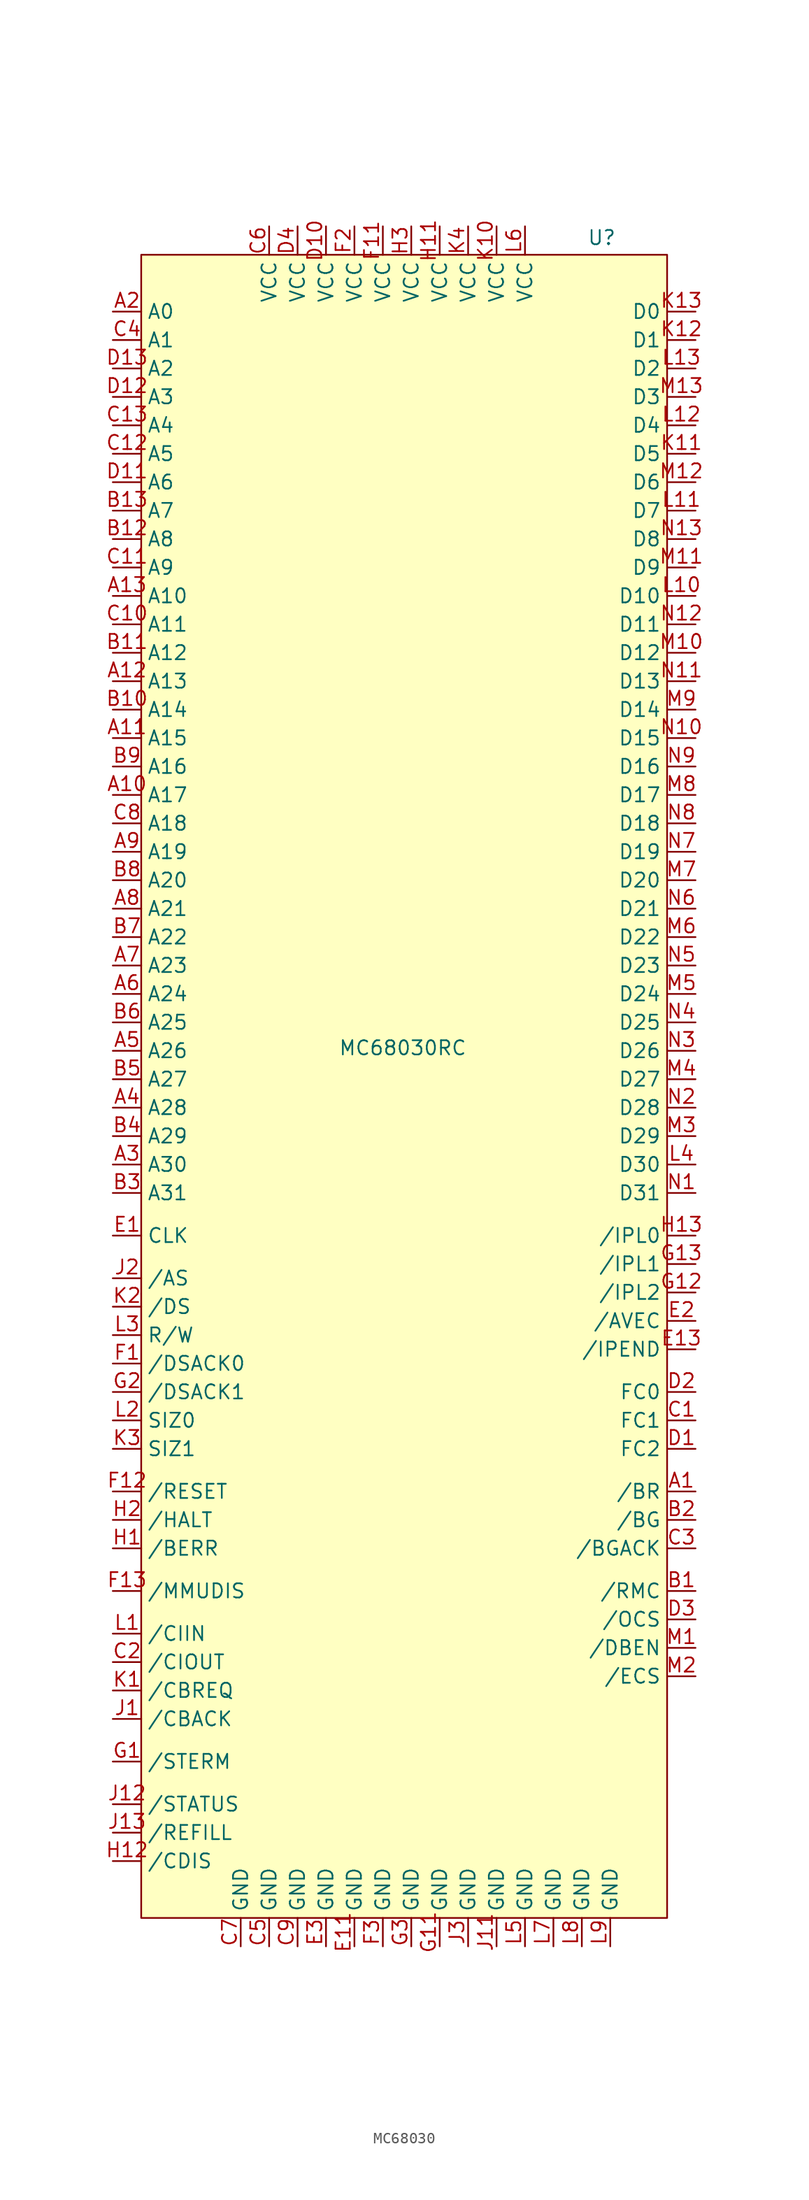
<source format=kicad_sym>
(kicad_symbol_lib
  (version 20241209)
  (generator "kicad_symbol_editor")
  (generator_version "9.0")
  (symbol "MC68030"
    (property "Reference" "U"
      (at 18.288 71.374 0)
      (effects (font (size 1.27 1.27))))
    (property "Value" "MC68030RC"
      (at 0.508 -1.016 0)
      (effects (font (size 1.27 1.27))))
    (symbol "MC68030_1_1"
      (rectangle (start -22.86 69.85) (end 24.13 -78.74) (stroke (width 0) (type default)) (fill (type background)))
      (pin output line (at -25.4 64.77 0) (length 2.54) (name "A0" (effects (font (size 1.27 1.27)))) (number "A2" (effects (font (size 1.27 1.27)))))
      (pin output line (at -25.4 62.23 0) (length 2.54) (name "A1" (effects (font (size 1.27 1.27)))) (number "C4" (effects (font (size 1.27 1.27)))))
      (pin output line (at -25.4 59.69 0) (length 2.54) (name "A2" (effects (font (size 1.27 1.27)))) (number "D13" (effects (font (size 1.27 1.27)))))
      (pin output line (at -25.4 57.15 0) (length 2.54) (name "A3" (effects (font (size 1.27 1.27)))) (number "D12" (effects (font (size 1.27 1.27)))))
      (pin output line (at -25.4 54.61 0) (length 2.54) (name "A4" (effects (font (size 1.27 1.27)))) (number "C13" (effects (font (size 1.27 1.27)))))
      (pin output line (at -25.4 52.07 0) (length 2.54) (name "A5" (effects (font (size 1.27 1.27)))) (number "C12" (effects (font (size 1.27 1.27)))))
      (pin output line (at -25.4 49.53 0) (length 2.54) (name "A6" (effects (font (size 1.27 1.27)))) (number "D11" (effects (font (size 1.27 1.27)))))
      (pin output line (at -25.4 46.99 0) (length 2.54) (name "A7" (effects (font (size 1.27 1.27)))) (number "B13" (effects (font (size 1.27 1.27)))))
      (pin output line (at -25.4 44.45 0) (length 2.54) (name "A8" (effects (font (size 1.27 1.27)))) (number "B12" (effects (font (size 1.27 1.27)))))
      (pin output line (at -25.4 41.91 0) (length 2.54) (name "A9" (effects (font (size 1.27 1.27)))) (number "C11" (effects (font (size 1.27 1.27)))))
      (pin output line (at -25.4 39.37 0) (length 2.54) (name "A10" (effects (font (size 1.27 1.27)))) (number "A13" (effects (font (size 1.27 1.27)))))
      (pin output line (at -25.4 36.83 0) (length 2.54) (name "A11" (effects (font (size 1.27 1.27)))) (number "C10" (effects (font (size 1.27 1.27)))))
      (pin output line (at -25.4 34.29 0) (length 2.54) (name "A12" (effects (font (size 1.27 1.27)))) (number "B11" (effects (font (size 1.27 1.27)))))
      (pin output line (at -25.4 31.75 0) (length 2.54) (name "A13" (effects (font (size 1.27 1.27)))) (number "A12" (effects (font (size 1.27 1.27)))))
      (pin output line (at -25.4 29.21 0) (length 2.54) (name "A14" (effects (font (size 1.27 1.27)))) (number "B10" (effects (font (size 1.27 1.27)))))
      (pin output line (at -25.4 26.67 0) (length 2.54) (name "A15" (effects (font (size 1.27 1.27)))) (number "A11" (effects (font (size 1.27 1.27)))))
      (pin output line (at -25.4 24.13 0) (length 2.54) (name "A16" (effects (font (size 1.27 1.27)))) (number "B9" (effects (font (size 1.27 1.27)))))
      (pin output line (at -25.4 21.59 0) (length 2.54) (name "A17" (effects (font (size 1.27 1.27)))) (number "A10" (effects (font (size 1.27 1.27)))))
      (pin output line (at -25.4 19.05 0) (length 2.54) (name "A18" (effects (font (size 1.27 1.27)))) (number "C8" (effects (font (size 1.27 1.27)))))
      (pin output line (at -25.4 16.51 0) (length 2.54) (name "A19" (effects (font (size 1.27 1.27)))) (number "A9" (effects (font (size 1.27 1.27)))))
      (pin output line (at -25.4 13.97 0) (length 2.54) (name "A20" (effects (font (size 1.27 1.27)))) (number "B8" (effects (font (size 1.27 1.27)))))
      (pin output line (at -25.4 11.43 0) (length 2.54) (name "A21" (effects (font (size 1.27 1.27)))) (number "A8" (effects (font (size 1.27 1.27)))))
      (pin output line (at -25.4 8.89 0) (length 2.54) (name "A22" (effects (font (size 1.27 1.27)))) (number "B7" (effects (font (size 1.27 1.27)))))
      (pin output line (at -25.4 6.35 0) (length 2.54) (name "A23" (effects (font (size 1.27 1.27)))) (number "A7" (effects (font (size 1.27 1.27)))))
      (pin output line (at -25.4 3.81 0) (length 2.54) (name "A24" (effects (font (size 1.27 1.27)))) (number "A6" (effects (font (size 1.27 1.27)))))
      (pin output line (at -25.4 1.27 0) (length 2.54) (name "A25" (effects (font (size 1.27 1.27)))) (number "B6" (effects (font (size 1.27 1.27)))))
      (pin output line (at -25.4 -1.27 0) (length 2.54) (name "A26" (effects (font (size 1.27 1.27)))) (number "A5" (effects (font (size 1.27 1.27)))))
      (pin output line (at -25.4 -3.81 0) (length 2.54) (name "A27" (effects (font (size 1.27 1.27)))) (number "B5" (effects (font (size 1.27 1.27)))))
      (pin output line (at -25.4 -6.35 0) (length 2.54) (name "A28" (effects (font (size 1.27 1.27)))) (number "A4" (effects (font (size 1.27 1.27)))))
      (pin output line (at -25.4 -8.89 0) (length 2.54) (name "A29" (effects (font (size 1.27 1.27)))) (number "B4" (effects (font (size 1.27 1.27)))))
      (pin output line (at -25.4 -11.43 0) (length 2.54) (name "A30" (effects (font (size 1.27 1.27)))) (number "A3" (effects (font (size 1.27 1.27)))))
      (pin output line (at -25.4 -13.97 0) (length 2.54) (name "A31" (effects (font (size 1.27 1.27)))) (number "B3" (effects (font (size 1.27 1.27)))))
      (pin input line (at -25.4 -17.78 0) (length 2.54) (name "CLK" (effects (font (size 1.27 1.27)))) (number "E1" (effects (font (size 1.27 1.27)))))
      (pin output line (at -25.4 -21.59 0) (length 2.54) (name "/AS" (effects (font (size 1.27 1.27)))) (number "J2" (effects (font (size 1.27 1.27)))))
      (pin output line (at -25.4 -24.13 0) (length 2.54) (name "/DS" (effects (font (size 1.27 1.27)))) (number "K2" (effects (font (size 1.27 1.27)))))
      (pin output line (at -25.4 -26.67 0) (length 2.54) (name "R/W" (effects (font (size 1.27 1.27)))) (number "L3" (effects (font (size 1.27 1.27)))))
      (pin input line (at -25.4 -29.21 0) (length 2.54) (name "/DSACK0" (effects (font (size 1.27 1.27)))) (number "F1" (effects (font (size 1.27 1.27)))))
      (pin input line (at -25.4 -31.75 0) (length 2.54) (name "/DSACK1" (effects (font (size 1.27 1.27)))) (number "G2" (effects (font (size 1.27 1.27)))))
      (pin output line (at -25.4 -34.29 0) (length 2.54) (name "SIZ0" (effects (font (size 1.27 1.27)))) (number "L2" (effects (font (size 1.27 1.27)))))
      (pin output line (at -25.4 -36.83 0) (length 2.54) (name "SIZ1" (effects (font (size 1.27 1.27)))) (number "K3" (effects (font (size 1.27 1.27)))))
      (pin bidirectional line (at -25.4 -40.64 0) (length 2.54) (name "/RESET" (effects (font (size 1.27 1.27)))) (number "F12" (effects (font (size 1.27 1.27)))))
      (pin input line (at -25.4 -43.18 0) (length 2.54) (name "/HALT" (effects (font (size 1.27 1.27)))) (number "H2" (effects (font (size 1.27 1.27)))))
      (pin input line (at -25.4 -45.72 0) (length 2.54) (name "/BERR" (effects (font (size 1.27 1.27)))) (number "H1" (effects (font (size 1.27 1.27)))))
      (pin input line (at -25.4 -49.53 0) (length 2.54) (name "/MMUDIS" (effects (font (size 1.27 1.27)))) (number "F13" (effects (font (size 1.27 1.27)))))
      (pin input line (at -25.4 -53.34 0) (length 2.54) (name "/CIIN" (effects (font (size 1.27 1.27)))) (number "L1" (effects (font (size 1.27 1.27)))))
      (pin output line (at -25.4 -55.88 0) (length 2.54) (name "/CIOUT" (effects (font (size 1.27 1.27)))) (number "C2" (effects (font (size 1.27 1.27)))))
      (pin output line (at -25.4 -58.42 0) (length 2.54) (name "/CBREQ" (effects (font (size 1.27 1.27)))) (number "K1" (effects (font (size 1.27 1.27)))))
      (pin input line (at -25.4 -60.96 0) (length 2.54) (name "/CBACK" (effects (font (size 1.27 1.27)))) (number "J1" (effects (font (size 1.27 1.27)))))
      (pin input line (at -25.4 -64.77 0) (length 2.54) (name "/STERM" (effects (font (size 1.27 1.27)))) (number "G1" (effects (font (size 1.27 1.27)))))
      (pin input line (at -25.4 -68.58 0) (length 2.54) (name "/STATUS" (effects (font (size 1.27 1.27)))) (number "J12" (effects (font (size 1.27 1.27)))))
      (pin input line (at -25.4 -71.12 0) (length 2.54) (name "/REFILL" (effects (font (size 1.27 1.27)))) (number "J13" (effects (font (size 1.27 1.27)))))
      (pin input line (at -25.4 -73.66 0) (length 2.54) (name "/CDIS" (effects (font (size 1.27 1.27)))) (number "H12" (effects (font (size 1.27 1.27)))))
      (pin power_in line (at -13.97 -81.28 90) (length 2.54) (name "GND" (effects (font (size 1.27 1.27)))) (number "C7" (effects (font (size 1.27 1.27)))))
      (pin power_in line (at -11.43 72.39 270) (length 2.54) (name "VCC" (effects (font (size 1.27 1.27)))) (number "C6" (effects (font (size 1.27 1.27)))))
      (pin power_in line (at -11.43 -81.28 90) (length 2.54) (name "GND" (effects (font (size 1.27 1.27)))) (number "C5" (effects (font (size 1.27 1.27)))))
      (pin power_in line (at -8.89 72.39 270) (length 2.54) (name "VCC" (effects (font (size 1.27 1.27)))) (number "D4" (effects (font (size 1.27 1.27)))))
      (pin power_in line (at -8.89 -81.28 90) (length 2.54) (name "GND" (effects (font (size 1.27 1.27)))) (number "C9" (effects (font (size 1.27 1.27)))))
      (pin power_in line (at -6.35 72.39 270) (length 2.54) (name "VCC" (effects (font (size 1.27 1.27)))) (number "D10" (effects (font (size 1.27 1.27)))))
      (pin power_in line (at -6.35 -81.28 90) (length 2.54) (name "GND" (effects (font (size 1.27 1.27)))) (number "E3" (effects (font (size 1.27 1.27)))))
      (pin power_in line (at -3.81 72.39 270) (length 2.54) (name "VCC" (effects (font (size 1.27 1.27)))) (number "F2" (effects (font (size 1.27 1.27)))))
      (pin power_in line (at -3.81 -81.28 90) (length 2.54) (name "GND" (effects (font (size 1.27 1.27)))) (number "E11" (effects (font (size 1.27 1.27)))))
      (pin power_in line (at -1.27 72.39 270) (length 2.54) (name "VCC" (effects (font (size 1.27 1.27)))) (number "F11" (effects (font (size 1.27 1.27)))))
      (pin power_in line (at -1.27 -81.28 90) (length 2.54) (name "GND" (effects (font (size 1.27 1.27)))) (number "F3" (effects (font (size 1.27 1.27)))))
      (pin power_in line (at 1.27 72.39 270) (length 2.54) (name "VCC" (effects (font (size 1.27 1.27)))) (number "H3" (effects (font (size 1.27 1.27)))))
      (pin power_in line (at 1.27 -81.28 90) (length 2.54) (name "GND" (effects (font (size 1.27 1.27)))) (number "G3" (effects (font (size 1.27 1.27)))))
      (pin power_in line (at 3.81 72.39 270) (length 2.54) (name "VCC" (effects (font (size 1.27 1.27)))) (number "H11" (effects (font (size 1.27 1.27)))))
      (pin power_in line (at 3.81 -81.28 90) (length 2.54) (name "GND" (effects (font (size 1.27 1.27)))) (number "G11" (effects (font (size 1.27 1.27)))))
      (pin power_in line (at 6.35 72.39 270) (length 2.54) (name "VCC" (effects (font (size 1.27 1.27)))) (number "K4" (effects (font (size 1.27 1.27)))))
      (pin power_in line (at 6.35 -81.28 90) (length 2.54) (name "GND" (effects (font (size 1.27 1.27)))) (number "J3" (effects (font (size 1.27 1.27)))))
      (pin power_in line (at 8.89 72.39 270) (length 2.54) (name "VCC" (effects (font (size 1.27 1.27)))) (number "K10" (effects (font (size 1.27 1.27)))))
      (pin power_in line (at 8.89 -81.28 90) (length 2.54) (name "GND" (effects (font (size 1.27 1.27)))) (number "J11" (effects (font (size 1.27 1.27)))))
      (pin power_in line (at 11.43 72.39 270) (length 2.54) (name "VCC" (effects (font (size 1.27 1.27)))) (number "L6" (effects (font (size 1.27 1.27)))))
      (pin power_in line (at 11.43 -81.28 90) (length 2.54) (name "GND" (effects (font (size 1.27 1.27)))) (number "L5" (effects (font (size 1.27 1.27)))))
      (pin power_in line (at 13.97 -81.28 90) (length 2.54) (name "GND" (effects (font (size 1.27 1.27)))) (number "L7" (effects (font (size 1.27 1.27)))))
      (pin power_in line (at 16.51 -81.28 90) (length 2.54) (name "GND" (effects (font (size 1.27 1.27)))) (number "L8" (effects (font (size 1.27 1.27)))))
      (pin power_in line (at 19.05 -81.28 90) (length 2.54) (name "GND" (effects (font (size 1.27 1.27)))) (number "L9" (effects (font (size 1.27 1.27)))))
      (pin bidirectional line (at 26.67 64.77 180) (length 2.54) (name "D0" (effects (font (size 1.27 1.27)))) (number "K13" (effects (font (size 1.27 1.27)))))
      (pin bidirectional line (at 26.67 62.23 180) (length 2.54) (name "D1" (effects (font (size 1.27 1.27)))) (number "K12" (effects (font (size 1.27 1.27)))))
      (pin bidirectional line (at 26.67 59.69 180) (length 2.54) (name "D2" (effects (font (size 1.27 1.27)))) (number "L13" (effects (font (size 1.27 1.27)))))
      (pin bidirectional line (at 26.67 57.15 180) (length 2.54) (name "D3" (effects (font (size 1.27 1.27)))) (number "M13" (effects (font (size 1.27 1.27)))))
      (pin bidirectional line (at 26.67 54.61 180) (length 2.54) (name "D4" (effects (font (size 1.27 1.27)))) (number "L12" (effects (font (size 1.27 1.27)))))
      (pin bidirectional line (at 26.67 52.07 180) (length 2.54) (name "D5" (effects (font (size 1.27 1.27)))) (number "K11" (effects (font (size 1.27 1.27)))))
      (pin bidirectional line (at 26.67 49.53 180) (length 2.54) (name "D6" (effects (font (size 1.27 1.27)))) (number "M12" (effects (font (size 1.27 1.27)))))
      (pin bidirectional line (at 26.67 46.99 180) (length 2.54) (name "D7" (effects (font (size 1.27 1.27)))) (number "L11" (effects (font (size 1.27 1.27)))))
      (pin bidirectional line (at 26.67 44.45 180) (length 2.54) (name "D8" (effects (font (size 1.27 1.27)))) (number "N13" (effects (font (size 1.27 1.27)))))
      (pin bidirectional line (at 26.67 41.91 180) (length 2.54) (name "D9" (effects (font (size 1.27 1.27)))) (number "M11" (effects (font (size 1.27 1.27)))))
      (pin bidirectional line (at 26.67 39.37 180) (length 2.54) (name "D10" (effects (font (size 1.27 1.27)))) (number "L10" (effects (font (size 1.27 1.27)))))
      (pin bidirectional line (at 26.67 36.83 180) (length 2.54) (name "D11" (effects (font (size 1.27 1.27)))) (number "N12" (effects (font (size 1.27 1.27)))))
      (pin bidirectional line (at 26.67 34.29 180) (length 2.54) (name "D12" (effects (font (size 1.27 1.27)))) (number "M10" (effects (font (size 1.27 1.27)))))
      (pin bidirectional line (at 26.67 31.75 180) (length 2.54) (name "D13" (effects (font (size 1.27 1.27)))) (number "N11" (effects (font (size 1.27 1.27)))))
      (pin bidirectional line (at 26.67 29.21 180) (length 2.54) (name "D14" (effects (font (size 1.27 1.27)))) (number "M9" (effects (font (size 1.27 1.27)))))
      (pin bidirectional line (at 26.67 26.67 180) (length 2.54) (name "D15" (effects (font (size 1.27 1.27)))) (number "N10" (effects (font (size 1.27 1.27)))))
      (pin bidirectional line (at 26.67 24.13 180) (length 2.54) (name "D16" (effects (font (size 1.27 1.27)))) (number "N9" (effects (font (size 1.27 1.27)))))
      (pin bidirectional line (at 26.67 21.59 180) (length 2.54) (name "D17" (effects (font (size 1.27 1.27)))) (number "M8" (effects (font (size 1.27 1.27)))))
      (pin bidirectional line (at 26.67 19.05 180) (length 2.54) (name "D18" (effects (font (size 1.27 1.27)))) (number "N8" (effects (font (size 1.27 1.27)))))
      (pin bidirectional line (at 26.67 16.51 180) (length 2.54) (name "D19" (effects (font (size 1.27 1.27)))) (number "N7" (effects (font (size 1.27 1.27)))))
      (pin bidirectional line (at 26.67 13.97 180) (length 2.54) (name "D20" (effects (font (size 1.27 1.27)))) (number "M7" (effects (font (size 1.27 1.27)))))
      (pin bidirectional line (at 26.67 11.43 180) (length 2.54) (name "D21" (effects (font (size 1.27 1.27)))) (number "N6" (effects (font (size 1.27 1.27)))))
      (pin bidirectional line (at 26.67 8.89 180) (length 2.54) (name "D22" (effects (font (size 1.27 1.27)))) (number "M6" (effects (font (size 1.27 1.27)))))
      (pin bidirectional line (at 26.67 6.35 180) (length 2.54) (name "D23" (effects (font (size 1.27 1.27)))) (number "N5" (effects (font (size 1.27 1.27)))))
      (pin bidirectional line (at 26.67 3.81 180) (length 2.54) (name "D24" (effects (font (size 1.27 1.27)))) (number "M5" (effects (font (size 1.27 1.27)))))
      (pin bidirectional line (at 26.67 1.27 180) (length 2.54) (name "D25" (effects (font (size 1.27 1.27)))) (number "N4" (effects (font (size 1.27 1.27)))))
      (pin bidirectional line (at 26.67 -1.27 180) (length 2.54) (name "D26" (effects (font (size 1.27 1.27)))) (number "N3" (effects (font (size 1.27 1.27)))))
      (pin bidirectional line (at 26.67 -3.81 180) (length 2.54) (name "D27" (effects (font (size 1.27 1.27)))) (number "M4" (effects (font (size 1.27 1.27)))))
      (pin bidirectional line (at 26.67 -6.35 180) (length 2.54) (name "D28" (effects (font (size 1.27 1.27)))) (number "N2" (effects (font (size 1.27 1.27)))))
      (pin bidirectional line (at 26.67 -8.89 180) (length 2.54) (name "D29" (effects (font (size 1.27 1.27)))) (number "M3" (effects (font (size 1.27 1.27)))))
      (pin bidirectional line (at 26.67 -11.43 180) (length 2.54) (name "D30" (effects (font (size 1.27 1.27)))) (number "L4" (effects (font (size 1.27 1.27)))))
      (pin bidirectional line (at 26.67 -13.97 180) (length 2.54) (name "D31" (effects (font (size 1.27 1.27)))) (number "N1" (effects (font (size 1.27 1.27)))))
      (pin input line (at 26.67 -17.78 180) (length 2.54) (name "/IPL0" (effects (font (size 1.27 1.27)))) (number "H13" (effects (font (size 1.27 1.27)))))
      (pin input line (at 26.67 -20.32 180) (length 2.54) (name "/IPL1" (effects (font (size 1.27 1.27)))) (number "G13" (effects (font (size 1.27 1.27)))))
      (pin input line (at 26.67 -22.86 180) (length 2.54) (name "/IPL2" (effects (font (size 1.27 1.27)))) (number "G12" (effects (font (size 1.27 1.27)))))
      (pin input line (at 26.67 -25.4 180) (length 2.54) (name "/AVEC" (effects (font (size 1.27 1.27)))) (number "E2" (effects (font (size 1.27 1.27)))))
      (pin output line (at 26.67 -27.94 180) (length 2.54) (name "/IPEND" (effects (font (size 1.27 1.27)))) (number "E13" (effects (font (size 1.27 1.27)))))
      (pin output line (at 26.67 -31.75 180) (length 2.54) (name "FC0" (effects (font (size 1.27 1.27)))) (number "D2" (effects (font (size 1.27 1.27)))))
      (pin output line (at 26.67 -34.29 180) (length 2.54) (name "FC1" (effects (font (size 1.27 1.27)))) (number "C1" (effects (font (size 1.27 1.27)))))
      (pin output line (at 26.67 -36.83 180) (length 2.54) (name "FC2" (effects (font (size 1.27 1.27)))) (number "D1" (effects (font (size 1.27 1.27)))))
      (pin input line (at 26.67 -40.64 180) (length 2.54) (name "/BR" (effects (font (size 1.27 1.27)))) (number "A1" (effects (font (size 1.27 1.27)))))
      (pin output line (at 26.67 -43.18 180) (length 2.54) (name "/BG" (effects (font (size 1.27 1.27)))) (number "B2" (effects (font (size 1.27 1.27)))))
      (pin input line (at 26.67 -45.72 180) (length 2.54) (name "/BGACK" (effects (font (size 1.27 1.27)))) (number "C3" (effects (font (size 1.27 1.27)))))
      (pin output line (at 26.67 -49.53 180) (length 2.54) (name "/RMC" (effects (font (size 1.27 1.27)))) (number "B1" (effects (font (size 1.27 1.27)))))
      (pin output line (at 26.67 -52.07 180) (length 2.54) (name "/OCS" (effects (font (size 1.27 1.27)))) (number "D3" (effects (font (size 1.27 1.27)))))
      (pin output line (at 26.67 -54.61 180) (length 2.54) (name "/DBEN" (effects (font (size 1.27 1.27)))) (number "M1" (effects (font (size 1.27 1.27)))))
      (pin output line (at 26.67 -57.15 180) (length 2.54) (name "/ECS" (effects (font (size 1.27 1.27)))) (number "M2" (effects (font (size 1.27 1.27)))))
      (pin no_connect line (at 26.67 -60.96 180) (length 2.54) (hide yes) (name "NC" (effects (font (size 1.27 1.27)))) (number "D5" (effects (font (size 1.27 1.27)))))
      (pin no_connect line (at 26.67 -63.5 180) (length 2.54) (hide yes) (name "NC" (effects (font (size 1.27 1.27)))) (number "E12" (effects (font (size 1.27 1.27)))))
      (pin no_connect line (at 26.67 -66.04 180) (length 2.54) (hide yes) (name "NC" (effects (font (size 1.27 1.27)))) (number "F4" (effects (font (size 1.27 1.27)))))
      (pin no_connect line (at 26.67 -68.58 180) (length 2.54) (hide yes) (name "NC" (effects (font (size 1.27 1.27)))) (number "F10" (effects (font (size 1.27 1.27)))))
      (pin no_connect line (at 26.67 -71.12 180) (length 2.54) (hide yes) (name "NC" (effects (font (size 1.27 1.27)))) (number "K5" (effects (font (size 1.27 1.27))))))))
</source>
